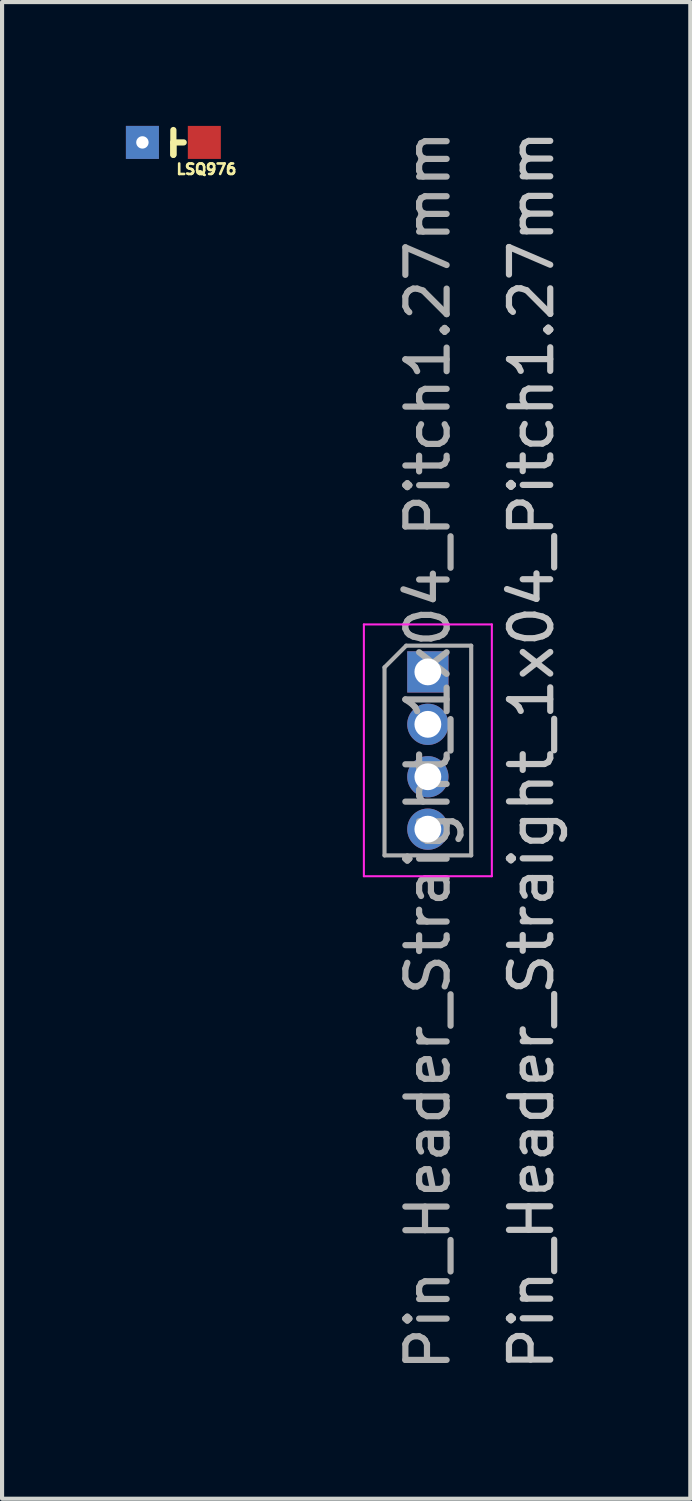
<source format=kicad_pcb>
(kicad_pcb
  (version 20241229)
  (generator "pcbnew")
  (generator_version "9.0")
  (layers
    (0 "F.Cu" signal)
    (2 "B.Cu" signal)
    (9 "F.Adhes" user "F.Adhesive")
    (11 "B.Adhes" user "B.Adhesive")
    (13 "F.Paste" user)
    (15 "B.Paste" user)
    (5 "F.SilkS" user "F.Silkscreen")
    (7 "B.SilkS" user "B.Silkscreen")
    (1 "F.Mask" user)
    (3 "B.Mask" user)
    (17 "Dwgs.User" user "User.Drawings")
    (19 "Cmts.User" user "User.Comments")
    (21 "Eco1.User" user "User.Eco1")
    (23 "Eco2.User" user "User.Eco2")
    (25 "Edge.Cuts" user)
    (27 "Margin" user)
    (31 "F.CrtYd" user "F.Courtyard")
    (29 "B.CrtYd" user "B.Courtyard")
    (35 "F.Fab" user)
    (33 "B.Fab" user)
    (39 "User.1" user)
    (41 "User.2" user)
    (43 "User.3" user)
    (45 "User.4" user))
  (footprint "LSQ976"
    (layer "F.Cu")
    (at 1.15 0.4)
    (property "Reference" "LSQ976" (at 0.8 0.65 0) (layer "F.SilkS") (effects (font (size 0.254 0.254) (thickness 0.064))))
    (attr through_hole)
    (fp_line (start 0 -0.3) (end 0 0.3) (stroke (width 0.15) (type solid)) (layer "F.SilkS"))
    (fp_line (start 0 0) (end 0.25 0) (stroke (width 0.15) (type solid)) (layer "F.SilkS"))
    (fp_line (start 0 0.3) (end 0 0) (stroke (width 0.15) (type solid)) (layer "F.SilkS"))
    (pad "1" smd rect (at 0.75 0) (size 0.8 0.8) (layers "F.Cu" "F.Mask" "F.Paste"))
    (pad "2" thru_hole rect (at -0.75 0) (size 0.8 0.8) (drill 0.3) (layers "*.Cu" "*.Mask")))
  (footprint "Pin_Header_Straight_1x04_Pitch1.27mm"
    (layer "F.Cu")
    (at 7.315 13.227)
    (property "Reference" "Pin_Header_Straight_1x04_Pitch1.27mm" (at 2.51 1.898 90) (layer "Dwgs.User") (effects (font (size 1 1) (thickness 0.15))))
    (attr through_hole)
    (fp_line (start -1.55 -1.15) (end -1.55 4.95) (stroke (width 0.05) (type solid)) (layer "F.CrtYd"))
    (fp_line (start -1.55 4.95) (end 1.55 4.95) (stroke (width 0.05) (type solid)) (layer "F.CrtYd"))
    (fp_line (start 1.55 -1.15) (end -1.55 -1.15) (stroke (width 0.05) (type solid)) (layer "F.CrtYd"))
    (fp_line (start 1.55 4.95) (end 1.55 -1.15) (stroke (width 0.05) (type solid)) (layer "F.CrtYd"))
    (fp_line (start -1.05 -0.11) (end -0.525 -0.635) (stroke (width 0.1) (type solid)) (layer "F.Fab"))
    (fp_line (start -1.05 4.445) (end -1.05 -0.11) (stroke (width 0.1) (type solid)) (layer "F.Fab"))
    (fp_line (start -0.525 -0.635) (end 1.05 -0.635) (stroke (width 0.1) (type solid)) (layer "F.Fab"))
    (fp_line (start 1.05 -0.635) (end 1.05 4.445) (stroke (width 0.1) (type solid)) (layer "F.Fab"))
    (fp_line (start 1.05 4.445) (end -1.05 4.445) (stroke (width 0.1) (type solid)) (layer "F.Fab"))
    (fp_text user "${REFERENCE}" (at 0 1.905 90) (layer "F.Fab") (effects (font (size 1 1) (thickness 0.15))))
    (pad "1" thru_hole rect (at 0 0) (size 1 1) (drill 0.65) (layers "*.Cu" "*.Mask"))
    (pad "2" thru_hole oval (at 0 1.27) (size 1 1) (drill 0.65) (layers "*.Cu" "*.Mask"))
    (pad "3" thru_hole oval (at 0 2.54) (size 1 1) (drill 0.65) (layers "*.Cu" "*.Mask"))
    (pad "4" thru_hole oval (at 0 3.81) (size 1 1) (drill 0.65) (layers "*.Cu" "*.Mask")))
  (gr_rect
    (start -3 -3)
    (end 13.673 33.257)
    (stroke (width 0.1) (type default))
    (fill no)
    (layer "Edge.Cuts")))
</source>
